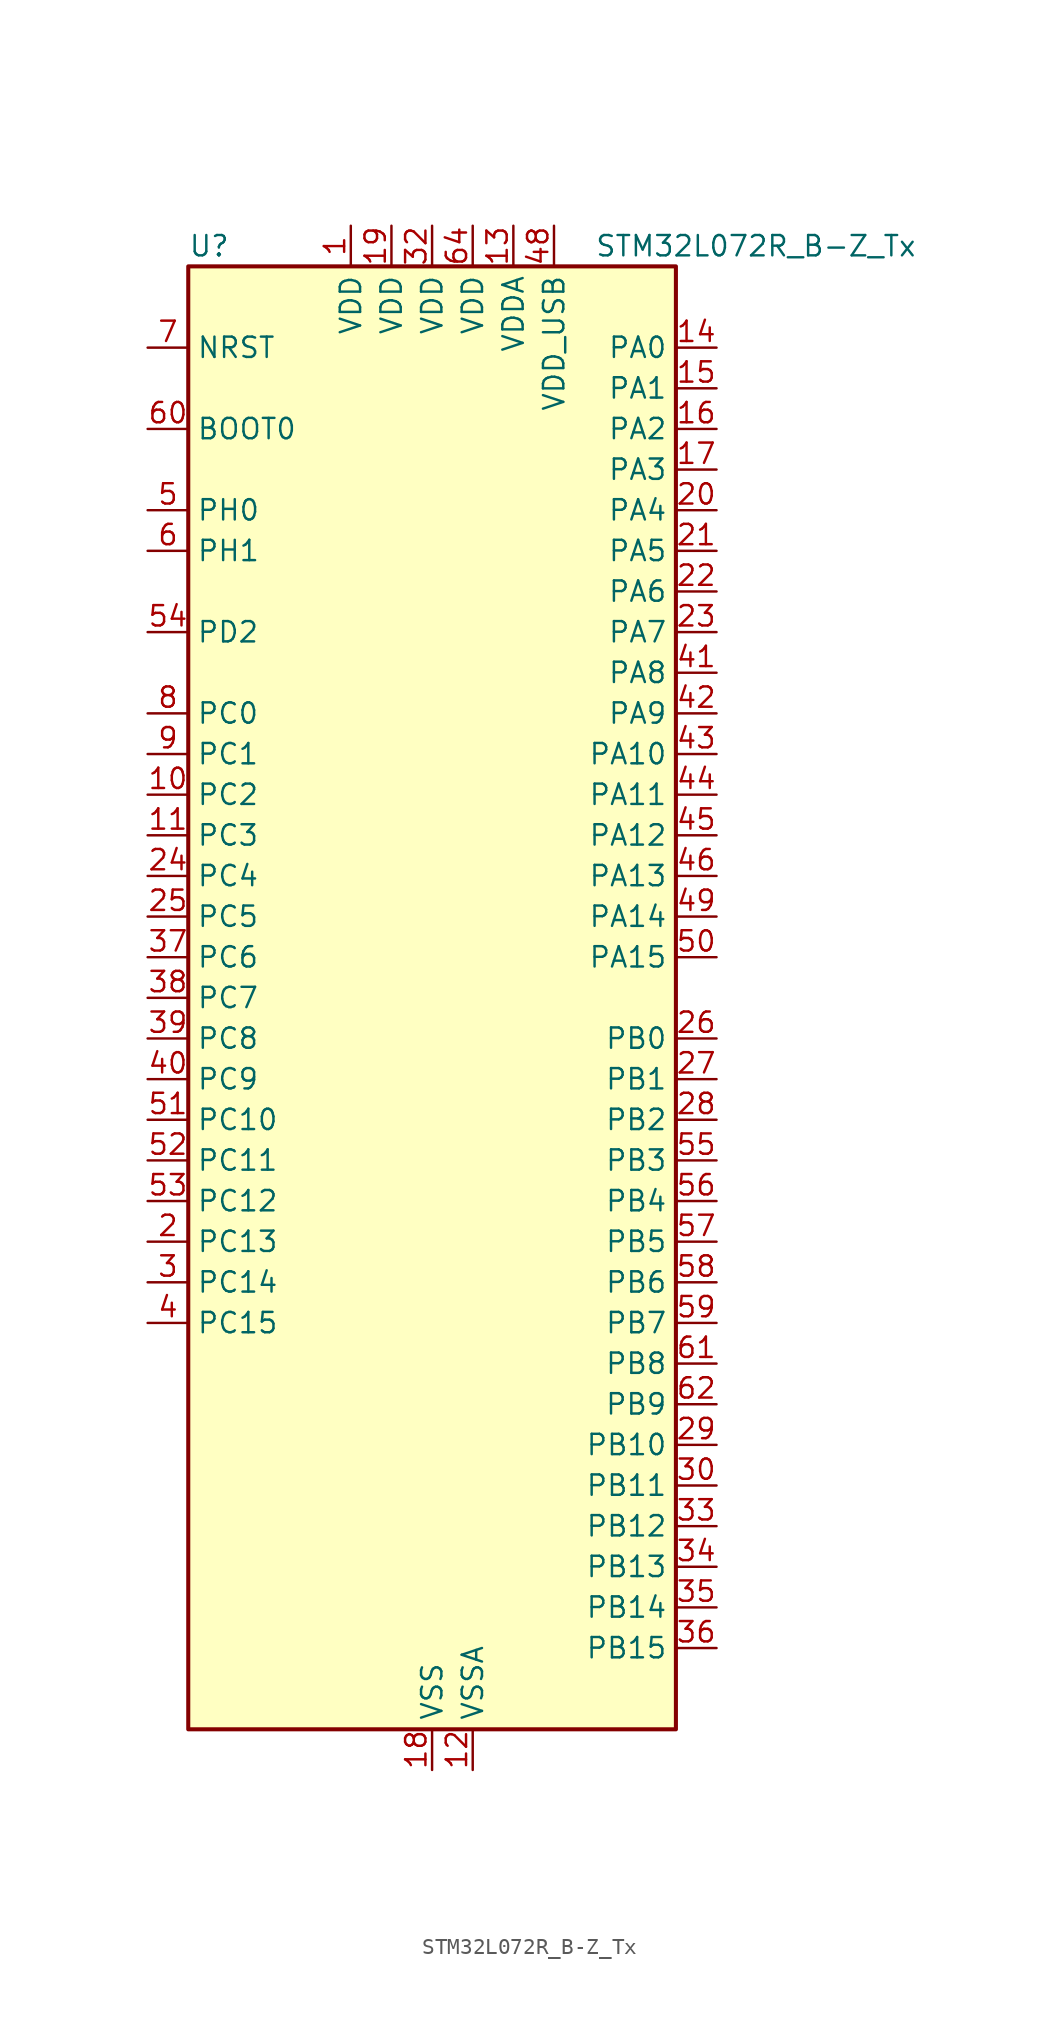
<source format=kicad_sym>
(kicad_symbol_lib
  (version 20241209)
  (generator "kicad_symbol_editor")
  (generator_version "9.0")
  (symbol "STM32L072R_B-Z_Tx"
    (property "Reference" "U"
      (at -15.24 46.99 0)
      (effects (font (size 1.27 1.27)) (justify left)))
    (property "Value" "STM32L072R_B-Z_Tx"
      (at 10.16 46.99 0)
      (effects (font (size 1.27 1.27)) (justify left)))
    (symbol "STM32L072R_B-Z_Tx_0_1"
      (rectangle (start -15.24 -45.72) (end 15.24 45.72) (stroke (width 0.254) (type default)) (fill (type background))))
    (symbol "STM32L072R_B-Z_Tx_1_1"
      (pin input line (at -17.78 40.64 0) (length 2.54) (name "NRST" (effects (font (size 1.27 1.27)))) (number "7" (effects (font (size 1.27 1.27)))))
      (pin input line (at -17.78 35.56 0) (length 2.54) (name "BOOT0" (effects (font (size 1.27 1.27)))) (number "60" (effects (font (size 1.27 1.27)))))
      (pin bidirectional line (at -17.78 30.48 0) (length 2.54) (name "PH0" (effects (font (size 1.27 1.27)))) (number "5" (effects (font (size 1.27 1.27)))) (alternate "CRS_SYNC" bidirectional line) (alternate "RCC_OSC_IN" bidirectional line))
      (pin bidirectional line (at -17.78 27.94 0) (length 2.54) (name "PH1" (effects (font (size 1.27 1.27)))) (number "6" (effects (font (size 1.27 1.27)))) (alternate "RCC_OSC_OUT" bidirectional line))
      (pin bidirectional line (at -17.78 22.86 0) (length 2.54) (name "PD2" (effects (font (size 1.27 1.27)))) (number "54" (effects (font (size 1.27 1.27)))) (alternate "LPUART1_DE" bidirectional line) (alternate "LPUART1_RTS" bidirectional line) (alternate "TIM3_ETR" bidirectional line) (alternate "USART5_RX" bidirectional line))
      (pin bidirectional line (at -17.78 17.78 0) (length 2.54) (name "PC0" (effects (font (size 1.27 1.27)))) (number "8" (effects (font (size 1.27 1.27)))) (alternate "ADC_IN10" bidirectional line) (alternate "I2C3_SCL" bidirectional line) (alternate "LPTIM1_IN1" bidirectional line) (alternate "LPUART1_RX" bidirectional line) (alternate "TSC_G7_IO1" bidirectional line))
      (pin bidirectional line (at -17.78 15.24 0) (length 2.54) (name "PC1" (effects (font (size 1.27 1.27)))) (number "9" (effects (font (size 1.27 1.27)))) (alternate "ADC_IN11" bidirectional line) (alternate "I2C3_SDA" bidirectional line) (alternate "LPTIM1_OUT" bidirectional line) (alternate "LPUART1_TX" bidirectional line) (alternate "TSC_G7_IO2" bidirectional line))
      (pin bidirectional line (at -17.78 12.7 0) (length 2.54) (name "PC2" (effects (font (size 1.27 1.27)))) (number "10" (effects (font (size 1.27 1.27)))) (alternate "ADC_IN12" bidirectional line) (alternate "I2S2_MCK" bidirectional line) (alternate "LPTIM1_IN2" bidirectional line) (alternate "SPI2_MISO" bidirectional line) (alternate "TSC_G7_IO3" bidirectional line))
      (pin bidirectional line (at -17.78 10.16 0) (length 2.54) (name "PC3" (effects (font (size 1.27 1.27)))) (number "11" (effects (font (size 1.27 1.27)))) (alternate "ADC_IN13" bidirectional line) (alternate "I2S2_SD" bidirectional line) (alternate "LPTIM1_ETR" bidirectional line) (alternate "SPI2_MOSI" bidirectional line) (alternate "TSC_G7_IO4" bidirectional line))
      (pin bidirectional line (at -17.78 7.62 0) (length 2.54) (name "PC4" (effects (font (size 1.27 1.27)))) (number "24" (effects (font (size 1.27 1.27)))) (alternate "ADC_IN14" bidirectional line) (alternate "LPUART1_TX" bidirectional line))
      (pin bidirectional line (at -17.78 5.08 0) (length 2.54) (name "PC5" (effects (font (size 1.27 1.27)))) (number "25" (effects (font (size 1.27 1.27)))) (alternate "ADC_IN15" bidirectional line) (alternate "LPUART1_RX" bidirectional line) (alternate "TSC_G3_IO1" bidirectional line))
      (pin bidirectional line (at -17.78 2.54 0) (length 2.54) (name "PC6" (effects (font (size 1.27 1.27)))) (number "37" (effects (font (size 1.27 1.27)))) (alternate "TIM22_CH1" bidirectional line) (alternate "TIM3_CH1" bidirectional line) (alternate "TSC_G8_IO1" bidirectional line))
      (pin bidirectional line (at -17.78 0 0) (length 2.54) (name "PC7" (effects (font (size 1.27 1.27)))) (number "38" (effects (font (size 1.27 1.27)))) (alternate "TIM22_CH2" bidirectional line) (alternate "TIM3_CH2" bidirectional line) (alternate "TSC_G8_IO2" bidirectional line))
      (pin bidirectional line (at -17.78 -2.54 0) (length 2.54) (name "PC8" (effects (font (size 1.27 1.27)))) (number "39" (effects (font (size 1.27 1.27)))) (alternate "TIM22_ETR" bidirectional line) (alternate "TIM3_CH3" bidirectional line) (alternate "TSC_G8_IO3" bidirectional line))
      (pin bidirectional line (at -17.78 -5.08 0) (length 2.54) (name "PC9" (effects (font (size 1.27 1.27)))) (number "40" (effects (font (size 1.27 1.27)))) (alternate "DAC_EXTI9" bidirectional line) (alternate "I2C3_SDA" bidirectional line) (alternate "TIM21_ETR" bidirectional line) (alternate "TIM3_CH4" bidirectional line) (alternate "TSC_G8_IO4" bidirectional line) (alternate "USB_NOE" bidirectional line))
      (pin bidirectional line (at -17.78 -7.62 0) (length 2.54) (name "PC10" (effects (font (size 1.27 1.27)))) (number "51" (effects (font (size 1.27 1.27)))) (alternate "LPUART1_TX" bidirectional line) (alternate "USART4_TX" bidirectional line))
      (pin bidirectional line (at -17.78 -10.16 0) (length 2.54) (name "PC11" (effects (font (size 1.27 1.27)))) (number "52" (effects (font (size 1.27 1.27)))) (alternate "ADC_EXTI11" bidirectional line) (alternate "LPUART1_RX" bidirectional line) (alternate "USART4_RX" bidirectional line))
      (pin bidirectional line (at -17.78 -12.7 0) (length 2.54) (name "PC12" (effects (font (size 1.27 1.27)))) (number "53" (effects (font (size 1.27 1.27)))) (alternate "USART4_CK" bidirectional line) (alternate "USART5_TX" bidirectional line))
      (pin bidirectional line (at -17.78 -15.24 0) (length 2.54) (name "PC13" (effects (font (size 1.27 1.27)))) (number "2" (effects (font (size 1.27 1.27)))) (alternate "RTC_OUT_ALARM" bidirectional line) (alternate "RTC_OUT_CALIB" bidirectional line) (alternate "RTC_TAMP1" bidirectional line) (alternate "RTC_TS" bidirectional line) (alternate "SYS_WKUP2" bidirectional line))
      (pin bidirectional line (at -17.78 -17.78 0) (length 2.54) (name "PC14" (effects (font (size 1.27 1.27)))) (number "3" (effects (font (size 1.27 1.27)))) (alternate "RCC_OSC32_IN" bidirectional line))
      (pin bidirectional line (at -17.78 -20.32 0) (length 2.54) (name "PC15" (effects (font (size 1.27 1.27)))) (number "4" (effects (font (size 1.27 1.27)))) (alternate "RCC_OSC32_OUT" bidirectional line))
      (pin power_in line (at -5.08 48.26 270) (length 2.54) (name "VDD" (effects (font (size 1.27 1.27)))) (number "1" (effects (font (size 1.27 1.27)))))
      (pin power_in line (at -2.54 48.26 270) (length 2.54) (name "VDD" (effects (font (size 1.27 1.27)))) (number "19" (effects (font (size 1.27 1.27)))))
      (pin power_in line (at 0 48.26 270) (length 2.54) (name "VDD" (effects (font (size 1.27 1.27)))) (number "32" (effects (font (size 1.27 1.27)))))
      (pin power_in line (at 0 -48.26 90) (length 2.54) (name "VSS" (effects (font (size 1.27 1.27)))) (number "18" (effects (font (size 1.27 1.27)))))
      (pin passive line (at 0 -48.26 90) (length 2.54) (hide yes) (name "VSS" (effects (font (size 1.27 1.27)))) (number "31" (effects (font (size 1.27 1.27)))))
      (pin passive line (at 0 -48.26 90) (length 2.54) (hide yes) (name "VSS" (effects (font (size 1.27 1.27)))) (number "47" (effects (font (size 1.27 1.27)))))
      (pin passive line (at 0 -48.26 90) (length 2.54) (hide yes) (name "VSS" (effects (font (size 1.27 1.27)))) (number "63" (effects (font (size 1.27 1.27)))))
      (pin power_in line (at 2.54 48.26 270) (length 2.54) (name "VDD" (effects (font (size 1.27 1.27)))) (number "64" (effects (font (size 1.27 1.27)))))
      (pin power_in line (at 2.54 -48.26 90) (length 2.54) (name "VSSA" (effects (font (size 1.27 1.27)))) (number "12" (effects (font (size 1.27 1.27)))))
      (pin power_in line (at 5.08 48.26 270) (length 2.54) (name "VDDA" (effects (font (size 1.27 1.27)))) (number "13" (effects (font (size 1.27 1.27)))))
      (pin power_in line (at 7.62 48.26 270) (length 2.54) (name "VDD_USB" (effects (font (size 1.27 1.27)))) (number "48" (effects (font (size 1.27 1.27)))))
      (pin bidirectional line (at 17.78 40.64 180) (length 2.54) (name "PA0" (effects (font (size 1.27 1.27)))) (number "14" (effects (font (size 1.27 1.27)))) (alternate "ADC_IN0" bidirectional line) (alternate "COMP1_INM" bidirectional line) (alternate "COMP1_OUT" bidirectional line) (alternate "RTC_TAMP2" bidirectional line) (alternate "SYS_WKUP1" bidirectional line) (alternate "TIM2_CH1" bidirectional line) (alternate "TIM2_ETR" bidirectional line) (alternate "TSC_G1_IO1" bidirectional line) (alternate "USART2_CTS" bidirectional line) (alternate "USART4_TX" bidirectional line))
      (pin bidirectional line (at 17.78 38.1 180) (length 2.54) (name "PA1" (effects (font (size 1.27 1.27)))) (number "15" (effects (font (size 1.27 1.27)))) (alternate "ADC_IN1" bidirectional line) (alternate "COMP1_INP" bidirectional line) (alternate "TIM21_ETR" bidirectional line) (alternate "TIM2_CH2" bidirectional line) (alternate "TSC_G1_IO2" bidirectional line) (alternate "USART2_DE" bidirectional line) (alternate "USART2_RTS" bidirectional line) (alternate "USART4_RX" bidirectional line))
      (pin bidirectional line (at 17.78 35.56 180) (length 2.54) (name "PA2" (effects (font (size 1.27 1.27)))) (number "16" (effects (font (size 1.27 1.27)))) (alternate "ADC_IN2" bidirectional line) (alternate "COMP2_INM" bidirectional line) (alternate "COMP2_OUT" bidirectional line) (alternate "LPUART1_TX" bidirectional line) (alternate "TIM21_CH1" bidirectional line) (alternate "TIM2_CH3" bidirectional line) (alternate "TSC_G1_IO3" bidirectional line) (alternate "USART2_TX" bidirectional line))
      (pin bidirectional line (at 17.78 33.02 180) (length 2.54) (name "PA3" (effects (font (size 1.27 1.27)))) (number "17" (effects (font (size 1.27 1.27)))) (alternate "ADC_IN3" bidirectional line) (alternate "COMP2_INP" bidirectional line) (alternate "LPUART1_RX" bidirectional line) (alternate "TIM21_CH2" bidirectional line) (alternate "TIM2_CH4" bidirectional line) (alternate "TSC_G1_IO4" bidirectional line) (alternate "USART2_RX" bidirectional line))
      (pin bidirectional line (at 17.78 30.48 180) (length 2.54) (name "PA4" (effects (font (size 1.27 1.27)))) (number "20" (effects (font (size 1.27 1.27)))) (alternate "ADC_IN4" bidirectional line) (alternate "COMP1_INM" bidirectional line) (alternate "COMP2_INM" bidirectional line) (alternate "DAC_OUT1" bidirectional line) (alternate "SPI1_NSS" bidirectional line) (alternate "TIM22_ETR" bidirectional line) (alternate "TSC_G2_IO1" bidirectional line) (alternate "USART2_CK" bidirectional line))
      (pin bidirectional line (at 17.78 27.94 180) (length 2.54) (name "PA5" (effects (font (size 1.27 1.27)))) (number "21" (effects (font (size 1.27 1.27)))) (alternate "ADC_IN5" bidirectional line) (alternate "COMP1_INM" bidirectional line) (alternate "COMP2_INM" bidirectional line) (alternate "DAC_OUT2" bidirectional line) (alternate "SPI1_SCK" bidirectional line) (alternate "TIM2_CH1" bidirectional line) (alternate "TIM2_ETR" bidirectional line) (alternate "TSC_G2_IO2" bidirectional line))
      (pin bidirectional line (at 17.78 25.4 180) (length 2.54) (name "PA6" (effects (font (size 1.27 1.27)))) (number "22" (effects (font (size 1.27 1.27)))) (alternate "ADC_IN6" bidirectional line) (alternate "COMP1_OUT" bidirectional line) (alternate "LPUART1_CTS" bidirectional line) (alternate "SPI1_MISO" bidirectional line) (alternate "TIM22_CH1" bidirectional line) (alternate "TIM3_CH1" bidirectional line) (alternate "TSC_G2_IO3" bidirectional line))
      (pin bidirectional line (at 17.78 22.86 180) (length 2.54) (name "PA7" (effects (font (size 1.27 1.27)))) (number "23" (effects (font (size 1.27 1.27)))) (alternate "ADC_IN7" bidirectional line) (alternate "COMP2_OUT" bidirectional line) (alternate "SPI1_MOSI" bidirectional line) (alternate "TIM22_CH2" bidirectional line) (alternate "TIM3_CH2" bidirectional line) (alternate "TSC_G2_IO4" bidirectional line))
      (pin bidirectional line (at 17.78 20.32 180) (length 2.54) (name "PA8" (effects (font (size 1.27 1.27)))) (number "41" (effects (font (size 1.27 1.27)))) (alternate "CRS_SYNC" bidirectional line) (alternate "I2C3_SCL" bidirectional line) (alternate "RCC_MCO" bidirectional line) (alternate "USART1_CK" bidirectional line))
      (pin bidirectional line (at 17.78 17.78 180) (length 2.54) (name "PA9" (effects (font (size 1.27 1.27)))) (number "42" (effects (font (size 1.27 1.27)))) (alternate "DAC_EXTI9" bidirectional line) (alternate "I2C1_SCL" bidirectional line) (alternate "I2C3_SMBA" bidirectional line) (alternate "RCC_MCO" bidirectional line) (alternate "TSC_G4_IO1" bidirectional line) (alternate "USART1_TX" bidirectional line))
      (pin bidirectional line (at 17.78 15.24 180) (length 2.54) (name "PA10" (effects (font (size 1.27 1.27)))) (number "43" (effects (font (size 1.27 1.27)))) (alternate "I2C1_SDA" bidirectional line) (alternate "TSC_G4_IO2" bidirectional line) (alternate "USART1_RX" bidirectional line))
      (pin bidirectional line (at 17.78 12.7 180) (length 2.54) (name "PA11" (effects (font (size 1.27 1.27)))) (number "44" (effects (font (size 1.27 1.27)))) (alternate "ADC_EXTI11" bidirectional line) (alternate "COMP1_OUT" bidirectional line) (alternate "SPI1_MISO" bidirectional line) (alternate "TSC_G4_IO3" bidirectional line) (alternate "USART1_CTS" bidirectional line) (alternate "USB_DM" bidirectional line))
      (pin bidirectional line (at 17.78 10.16 180) (length 2.54) (name "PA12" (effects (font (size 1.27 1.27)))) (number "45" (effects (font (size 1.27 1.27)))) (alternate "COMP2_OUT" bidirectional line) (alternate "SPI1_MOSI" bidirectional line) (alternate "TSC_G4_IO4" bidirectional line) (alternate "USART1_DE" bidirectional line) (alternate "USART1_RTS" bidirectional line) (alternate "USB_DP" bidirectional line))
      (pin bidirectional line (at 17.78 7.62 180) (length 2.54) (name "PA13" (effects (font (size 1.27 1.27)))) (number "46" (effects (font (size 1.27 1.27)))) (alternate "LPUART1_RX" bidirectional line) (alternate "SYS_SWDIO" bidirectional line) (alternate "USB_NOE" bidirectional line))
      (pin bidirectional line (at 17.78 5.08 180) (length 2.54) (name "PA14" (effects (font (size 1.27 1.27)))) (number "49" (effects (font (size 1.27 1.27)))) (alternate "LPUART1_TX" bidirectional line) (alternate "SYS_SWCLK" bidirectional line) (alternate "USART2_TX" bidirectional line))
      (pin bidirectional line (at 17.78 2.54 180) (length 2.54) (name "PA15" (effects (font (size 1.27 1.27)))) (number "50" (effects (font (size 1.27 1.27)))) (alternate "SPI1_NSS" bidirectional line) (alternate "TIM2_CH1" bidirectional line) (alternate "TIM2_ETR" bidirectional line) (alternate "USART2_RX" bidirectional line) (alternate "USART4_DE" bidirectional line) (alternate "USART4_RTS" bidirectional line))
      (pin bidirectional line (at 17.78 -2.54 180) (length 2.54) (name "PB0" (effects (font (size 1.27 1.27)))) (number "26" (effects (font (size 1.27 1.27)))) (alternate "ADC_IN8" bidirectional line) (alternate "SYS_VREF_OUT_PB0" bidirectional line) (alternate "TIM3_CH3" bidirectional line) (alternate "TSC_G3_IO2" bidirectional line))
      (pin bidirectional line (at 17.78 -5.08 180) (length 2.54) (name "PB1" (effects (font (size 1.27 1.27)))) (number "27" (effects (font (size 1.27 1.27)))) (alternate "ADC_IN9" bidirectional line) (alternate "LPUART1_DE" bidirectional line) (alternate "LPUART1_RTS" bidirectional line) (alternate "SYS_VREF_OUT_PB1" bidirectional line) (alternate "TIM3_CH4" bidirectional line) (alternate "TSC_G3_IO3" bidirectional line))
      (pin bidirectional line (at 17.78 -7.62 180) (length 2.54) (name "PB2" (effects (font (size 1.27 1.27)))) (number "28" (effects (font (size 1.27 1.27)))) (alternate "I2C3_SMBA" bidirectional line) (alternate "LPTIM1_OUT" bidirectional line) (alternate "TSC_G3_IO4" bidirectional line))
      (pin bidirectional line (at 17.78 -10.16 180) (length 2.54) (name "PB3" (effects (font (size 1.27 1.27)))) (number "55" (effects (font (size 1.27 1.27)))) (alternate "COMP2_INM" bidirectional line) (alternate "SPI1_SCK" bidirectional line) (alternate "TIM2_CH2" bidirectional line) (alternate "TSC_G5_IO1" bidirectional line) (alternate "USART1_DE" bidirectional line) (alternate "USART1_RTS" bidirectional line) (alternate "USART5_TX" bidirectional line))
      (pin bidirectional line (at 17.78 -12.7 180) (length 2.54) (name "PB4" (effects (font (size 1.27 1.27)))) (number "56" (effects (font (size 1.27 1.27)))) (alternate "COMP2_INP" bidirectional line) (alternate "I2C3_SDA" bidirectional line) (alternate "SPI1_MISO" bidirectional line) (alternate "TIM22_CH1" bidirectional line) (alternate "TIM3_CH1" bidirectional line) (alternate "TSC_G5_IO2" bidirectional line) (alternate "USART1_CTS" bidirectional line) (alternate "USART5_RX" bidirectional line))
      (pin bidirectional line (at 17.78 -15.24 180) (length 2.54) (name "PB5" (effects (font (size 1.27 1.27)))) (number "57" (effects (font (size 1.27 1.27)))) (alternate "COMP2_INP" bidirectional line) (alternate "I2C1_SMBA" bidirectional line) (alternate "LPTIM1_IN1" bidirectional line) (alternate "SPI1_MOSI" bidirectional line) (alternate "TIM22_CH2" bidirectional line) (alternate "TIM3_CH2" bidirectional line) (alternate "USART1_CK" bidirectional line) (alternate "USART5_CK" bidirectional line) (alternate "USART5_DE" bidirectional line) (alternate "USART5_RTS" bidirectional line))
      (pin bidirectional line (at 17.78 -17.78 180) (length 2.54) (name "PB6" (effects (font (size 1.27 1.27)))) (number "58" (effects (font (size 1.27 1.27)))) (alternate "COMP2_INP" bidirectional line) (alternate "I2C1_SCL" bidirectional line) (alternate "LPTIM1_ETR" bidirectional line) (alternate "TSC_G5_IO3" bidirectional line) (alternate "USART1_TX" bidirectional line))
      (pin bidirectional line (at 17.78 -20.32 180) (length 2.54) (name "PB7" (effects (font (size 1.27 1.27)))) (number "59" (effects (font (size 1.27 1.27)))) (alternate "COMP2_INP" bidirectional line) (alternate "I2C1_SDA" bidirectional line) (alternate "LPTIM1_IN2" bidirectional line) (alternate "SYS_PVD_IN" bidirectional line) (alternate "TSC_G5_IO4" bidirectional line) (alternate "USART1_RX" bidirectional line) (alternate "USART4_CTS" bidirectional line))
      (pin bidirectional line (at 17.78 -22.86 180) (length 2.54) (name "PB8" (effects (font (size 1.27 1.27)))) (number "61" (effects (font (size 1.27 1.27)))) (alternate "I2C1_SCL" bidirectional line) (alternate "TSC_SYNC" bidirectional line))
      (pin bidirectional line (at 17.78 -25.4 180) (length 2.54) (name "PB9" (effects (font (size 1.27 1.27)))) (number "62" (effects (font (size 1.27 1.27)))) (alternate "DAC_EXTI9" bidirectional line) (alternate "I2C1_SDA" bidirectional line) (alternate "I2S2_WS" bidirectional line) (alternate "SPI2_NSS" bidirectional line))
      (pin bidirectional line (at 17.78 -27.94 180) (length 2.54) (name "PB10" (effects (font (size 1.27 1.27)))) (number "29" (effects (font (size 1.27 1.27)))) (alternate "I2C2_SCL" bidirectional line) (alternate "LPUART1_RX" bidirectional line) (alternate "LPUART1_TX" bidirectional line) (alternate "SPI2_SCK" bidirectional line) (alternate "TIM2_CH3" bidirectional line) (alternate "TSC_SYNC" bidirectional line))
      (pin bidirectional line (at 17.78 -30.48 180) (length 2.54) (name "PB11" (effects (font (size 1.27 1.27)))) (number "30" (effects (font (size 1.27 1.27)))) (alternate "ADC_EXTI11" bidirectional line) (alternate "I2C2_SDA" bidirectional line) (alternate "LPUART1_RX" bidirectional line) (alternate "LPUART1_TX" bidirectional line) (alternate "TIM2_CH4" bidirectional line) (alternate "TSC_G6_IO1" bidirectional line))
      (pin bidirectional line (at 17.78 -33.02 180) (length 2.54) (name "PB12" (effects (font (size 1.27 1.27)))) (number "33" (effects (font (size 1.27 1.27)))) (alternate "I2S2_WS" bidirectional line) (alternate "LPUART1_DE" bidirectional line) (alternate "LPUART1_RTS" bidirectional line) (alternate "SPI2_NSS" bidirectional line) (alternate "TSC_G6_IO2" bidirectional line))
      (pin bidirectional line (at 17.78 -35.56 180) (length 2.54) (name "PB13" (effects (font (size 1.27 1.27)))) (number "34" (effects (font (size 1.27 1.27)))) (alternate "I2C2_SCL" bidirectional line) (alternate "I2S2_CK" bidirectional line) (alternate "LPUART1_CTS" bidirectional line) (alternate "RCC_MCO" bidirectional line) (alternate "SPI2_SCK" bidirectional line) (alternate "TIM21_CH1" bidirectional line) (alternate "TSC_G6_IO3" bidirectional line))
      (pin bidirectional line (at 17.78 -38.1 180) (length 2.54) (name "PB14" (effects (font (size 1.27 1.27)))) (number "35" (effects (font (size 1.27 1.27)))) (alternate "I2C2_SDA" bidirectional line) (alternate "I2S2_MCK" bidirectional line) (alternate "LPUART1_DE" bidirectional line) (alternate "LPUART1_RTS" bidirectional line) (alternate "RTC_OUT_ALARM" bidirectional line) (alternate "RTC_OUT_CALIB" bidirectional line) (alternate "SPI2_MISO" bidirectional line) (alternate "TIM21_CH2" bidirectional line) (alternate "TSC_G6_IO4" bidirectional line))
      (pin bidirectional line (at 17.78 -40.64 180) (length 2.54) (name "PB15" (effects (font (size 1.27 1.27)))) (number "36" (effects (font (size 1.27 1.27)))) (alternate "I2S2_SD" bidirectional line) (alternate "RTC_REFIN" bidirectional line) (alternate "SPI2_MOSI" bidirectional line)))))
</source>
